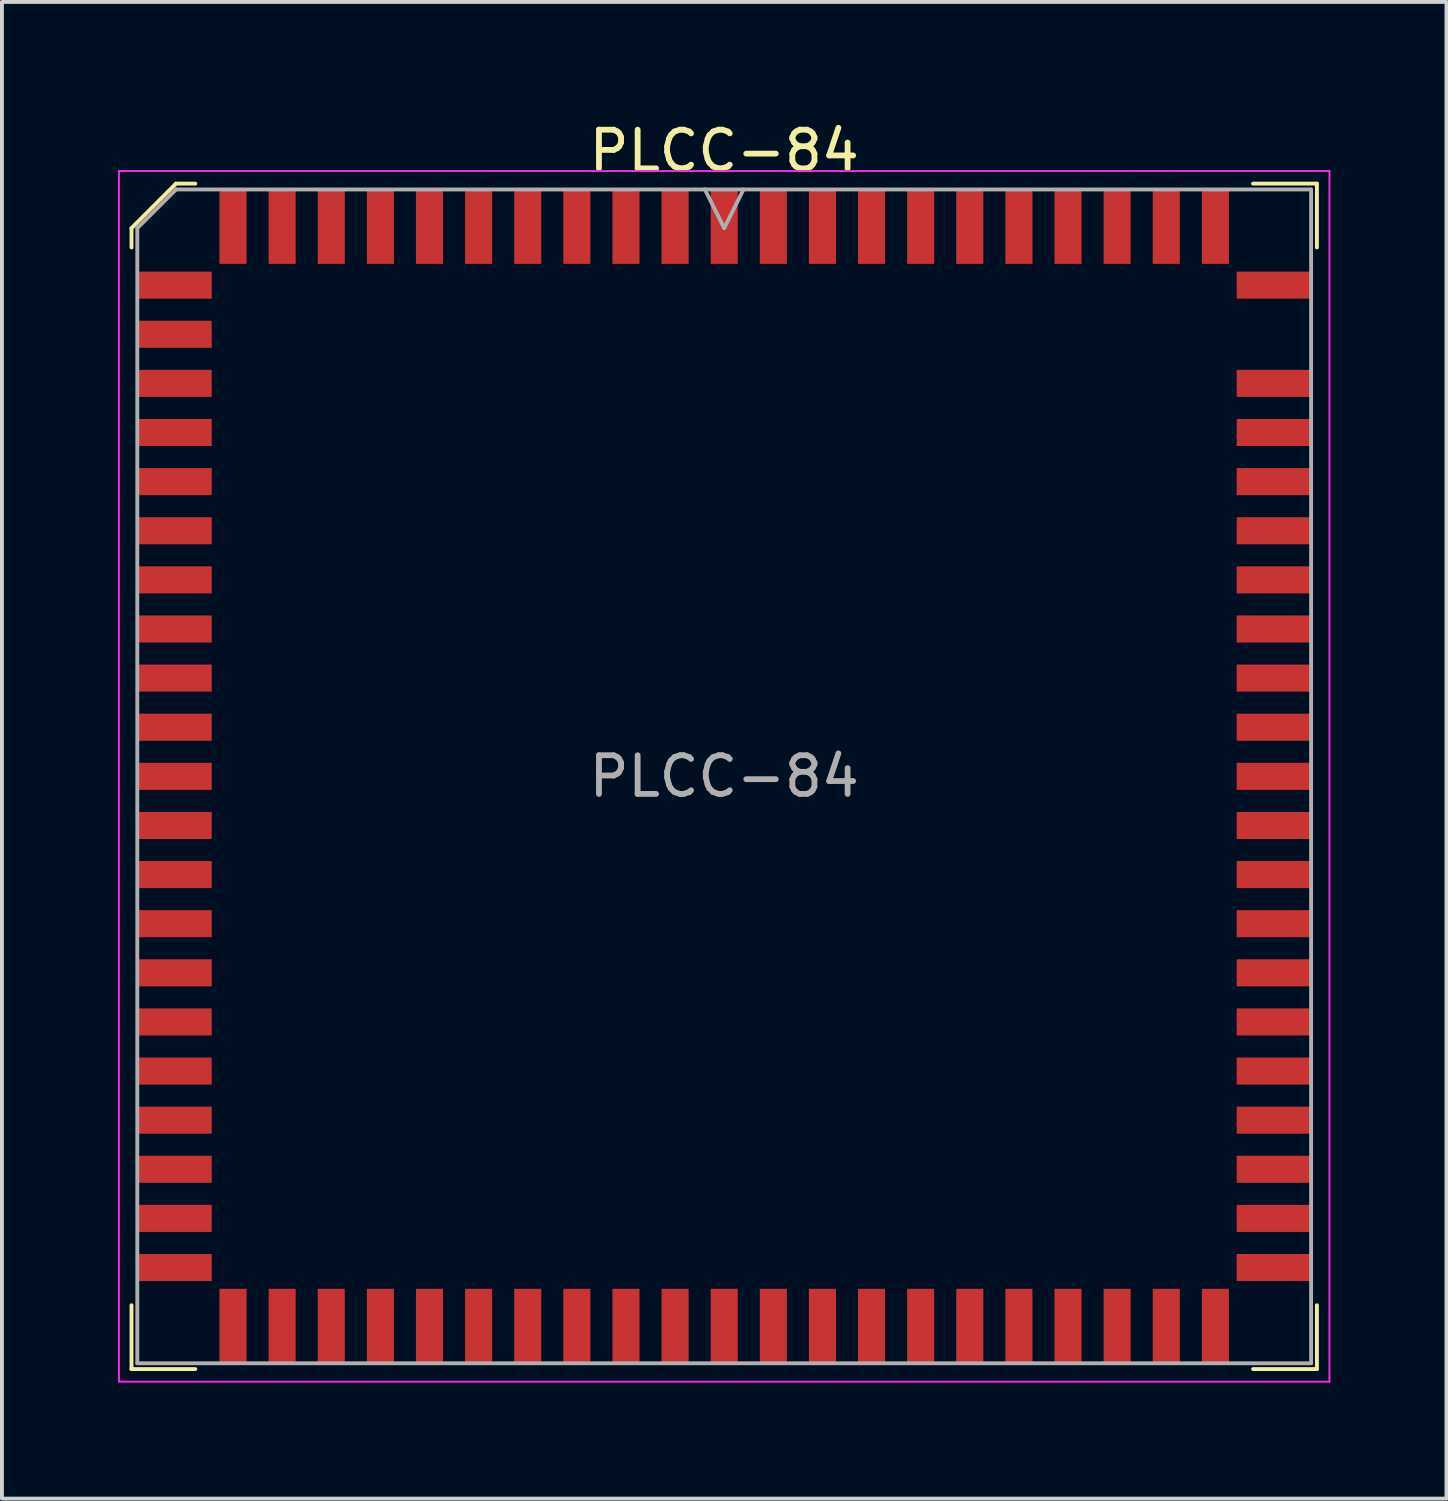
<source format=kicad_pcb>
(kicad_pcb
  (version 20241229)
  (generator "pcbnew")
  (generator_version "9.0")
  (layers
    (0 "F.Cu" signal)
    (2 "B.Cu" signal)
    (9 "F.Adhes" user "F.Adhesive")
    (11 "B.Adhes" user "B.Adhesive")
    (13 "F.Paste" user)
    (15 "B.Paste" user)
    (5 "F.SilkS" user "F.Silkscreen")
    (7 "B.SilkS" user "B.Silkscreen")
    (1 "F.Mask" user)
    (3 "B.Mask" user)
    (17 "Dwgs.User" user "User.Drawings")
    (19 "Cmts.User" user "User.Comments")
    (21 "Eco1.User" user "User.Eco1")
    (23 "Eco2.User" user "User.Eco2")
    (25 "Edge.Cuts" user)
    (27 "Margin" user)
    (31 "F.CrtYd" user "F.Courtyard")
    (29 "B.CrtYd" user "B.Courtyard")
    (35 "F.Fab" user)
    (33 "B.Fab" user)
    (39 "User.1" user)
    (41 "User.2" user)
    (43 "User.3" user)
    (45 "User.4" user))
  (footprint "PLCC-84"
    (layer "F.Cu")
    (at 15.675 17.023)
    (property "Reference" "PLCC-84" (at 0 -16.175 0) (layer "F.SilkS") (effects (font (size 1 1) (thickness 0.15))))
    (attr smd)
    (fp_line (start -15.325 -14.175) (end -15.325 -13.675) (stroke (width 0.1) (type solid)) (layer "F.SilkS"))
    (fp_line (start -15.325 15.325) (end -15.325 13.675) (stroke (width 0.1) (type solid)) (layer "F.SilkS"))
    (fp_line (start -14.175 -15.325) (end -15.325 -14.175) (stroke (width 0.1) (type solid)) (layer "F.SilkS"))
    (fp_line (start -13.675 -15.325) (end -14.175 -15.325) (stroke (width 0.1) (type solid)) (layer "F.SilkS"))
    (fp_line (start -13.675 15.325) (end -15.325 15.325) (stroke (width 0.1) (type solid)) (layer "F.SilkS"))
    (fp_line (start 13.675 -15.325) (end 15.325 -15.325) (stroke (width 0.1) (type solid)) (layer "F.SilkS"))
    (fp_line (start 13.675 15.325) (end 15.325 15.325) (stroke (width 0.1) (type solid)) (layer "F.SilkS"))
    (fp_line (start 15.325 -15.325) (end 15.325 -13.675) (stroke (width 0.1) (type solid)) (layer "F.SilkS"))
    (fp_line (start 15.325 15.325) (end 15.325 13.675) (stroke (width 0.1) (type solid)) (layer "F.SilkS"))
    (fp_line (start -15.65 -15.65) (end -15.65 15.65) (stroke (width 0.05) (type solid)) (layer "F.CrtYd"))
    (fp_line (start -15.65 15.65) (end 15.65 15.65) (stroke (width 0.05) (type solid)) (layer "F.CrtYd"))
    (fp_line (start 15.65 -15.65) (end -15.65 -15.65) (stroke (width 0.05) (type solid)) (layer "F.CrtYd"))
    (fp_line (start 15.65 15.65) (end 15.65 -15.65) (stroke (width 0.05) (type solid)) (layer "F.CrtYd"))
    (fp_line (start -15.175 -14.175) (end -15.175 15.175) (stroke (width 0.1) (type solid)) (layer "F.Fab"))
    (fp_line (start -15.175 15.175) (end 15.175 15.175) (stroke (width 0.1) (type solid)) (layer "F.Fab"))
    (fp_line (start -14.175 -15.175) (end -15.175 -14.175) (stroke (width 0.1) (type solid)) (layer "F.Fab"))
    (fp_line (start -0.5 -15.175) (end 0 -14.175) (stroke (width 0.1) (type solid)) (layer "F.Fab"))
    (fp_line (start 0 -14.175) (end 0.5 -15.175) (stroke (width 0.1) (type solid)) (layer "F.Fab"))
    (fp_line (start 15.175 -15.175) (end -14.175 -15.175) (stroke (width 0.1) (type solid)) (layer "F.Fab"))
    (fp_line (start 15.175 15.175) (end 15.175 -15.175) (stroke (width 0.1) (type solid)) (layer "F.Fab"))
    (fp_text user "${REFERENCE}" (at 0 0 0) (layer "F.Fab") (effects (font (size 1 1) (thickness 0.15))))
    (pad "1" smd rect (at 0 -14.213) (size 0.7 1.925) (layers "F.Cu" "F.Mask" "F.Paste"))
    (pad "2" smd rect (at -1.27 -14.213) (size 0.7 1.925) (layers "F.Cu" "F.Mask" "F.Paste"))
    (pad "3" smd rect (at -2.54 -14.213) (size 0.7 1.925) (layers "F.Cu" "F.Mask" "F.Paste"))
    (pad "4" smd rect (at -3.81 -14.213) (size 0.7 1.925) (layers "F.Cu" "F.Mask" "F.Paste"))
    (pad "5" smd rect (at -5.08 -14.213) (size 0.7 1.925) (layers "F.Cu" "F.Mask" "F.Paste"))
    (pad "6" smd rect (at -6.35 -14.213) (size 0.7 1.925) (layers "F.Cu" "F.Mask" "F.Paste"))
    (pad "7" smd rect (at -7.62 -14.213) (size 0.7 1.925) (layers "F.Cu" "F.Mask" "F.Paste"))
    (pad "8" smd rect (at -8.89 -14.213) (size 0.7 1.925) (layers "F.Cu" "F.Mask" "F.Paste"))
    (pad "9" smd rect (at -10.16 -14.213) (size 0.7 1.925) (layers "F.Cu" "F.Mask" "F.Paste"))
    (pad "10" smd rect (at -11.43 -14.213) (size 0.7 1.925) (layers "F.Cu" "F.Mask" "F.Paste"))
    (pad "11" smd rect (at -12.7 -14.213) (size 0.7 1.925) (layers "F.Cu" "F.Mask" "F.Paste"))
    (pad "12" smd rect (at -14.213 -12.7) (size 1.925 0.7) (layers "F.Cu" "F.Mask" "F.Paste"))
    (pad "13" smd rect (at -14.213 -11.43) (size 1.925 0.7) (layers "F.Cu" "F.Mask" "F.Paste"))
    (pad "14" smd rect (at -14.213 -10.16) (size 1.925 0.7) (layers "F.Cu" "F.Mask" "F.Paste"))
    (pad "15" smd rect (at -14.213 -8.89) (size 1.925 0.7) (layers "F.Cu" "F.Mask" "F.Paste"))
    (pad "16" smd rect (at -14.213 -7.62) (size 1.925 0.7) (layers "F.Cu" "F.Mask" "F.Paste"))
    (pad "17" smd rect (at -14.213 -6.35) (size 1.925 0.7) (layers "F.Cu" "F.Mask" "F.Paste"))
    (pad "18" smd rect (at -14.213 -5.08) (size 1.925 0.7) (layers "F.Cu" "F.Mask" "F.Paste"))
    (pad "19" smd rect (at -14.213 -3.81) (size 1.925 0.7) (layers "F.Cu" "F.Mask" "F.Paste"))
    (pad "20" smd rect (at -14.213 -2.54) (size 1.925 0.7) (layers "F.Cu" "F.Mask" "F.Paste"))
    (pad "21" smd rect (at -14.213 -1.27) (size 1.925 0.7) (layers "F.Cu" "F.Mask" "F.Paste"))
    (pad "22" smd rect (at -14.213 0) (size 1.925 0.7) (layers "F.Cu" "F.Mask" "F.Paste"))
    (pad "23" smd rect (at -14.213 1.27) (size 1.925 0.7) (layers "F.Cu" "F.Mask" "F.Paste"))
    (pad "24" smd rect (at -14.213 2.54) (size 1.925 0.7) (layers "F.Cu" "F.Mask" "F.Paste"))
    (pad "25" smd rect (at -14.213 3.81) (size 1.925 0.7) (layers "F.Cu" "F.Mask" "F.Paste"))
    (pad "26" smd rect (at -14.213 5.08) (size 1.925 0.7) (layers "F.Cu" "F.Mask" "F.Paste"))
    (pad "27" smd rect (at -14.213 6.35) (size 1.925 0.7) (layers "F.Cu" "F.Mask" "F.Paste"))
    (pad "28" smd rect (at -14.213 7.62) (size 1.925 0.7) (layers "F.Cu" "F.Mask" "F.Paste"))
    (pad "29" smd rect (at -14.213 8.89) (size 1.925 0.7) (layers "F.Cu" "F.Mask" "F.Paste"))
    (pad "30" smd rect (at -14.213 10.16) (size 1.925 0.7) (layers "F.Cu" "F.Mask" "F.Paste"))
    (pad "31" smd rect (at -14.213 11.43) (size 1.925 0.7) (layers "F.Cu" "F.Mask" "F.Paste"))
    (pad "32" smd rect (at -14.213 12.7) (size 1.925 0.7) (layers "F.Cu" "F.Mask" "F.Paste"))
    (pad "33" smd rect (at -12.7 14.213) (size 0.7 1.925) (layers "F.Cu" "F.Mask" "F.Paste"))
    (pad "34" smd rect (at -11.43 14.213) (size 0.7 1.925) (layers "F.Cu" "F.Mask" "F.Paste"))
    (pad "35" smd rect (at -10.16 14.213) (size 0.7 1.925) (layers "F.Cu" "F.Mask" "F.Paste"))
    (pad "36" smd rect (at -8.89 14.213) (size 0.7 1.925) (layers "F.Cu" "F.Mask" "F.Paste"))
    (pad "37" smd rect (at -7.62 14.213) (size 0.7 1.925) (layers "F.Cu" "F.Mask" "F.Paste"))
    (pad "38" smd rect (at -6.35 14.213) (size 0.7 1.925) (layers "F.Cu" "F.Mask" "F.Paste"))
    (pad "39" smd rect (at -5.08 14.213) (size 0.7 1.925) (layers "F.Cu" "F.Mask" "F.Paste"))
    (pad "40" smd rect (at -3.81 14.213) (size 0.7 1.925) (layers "F.Cu" "F.Mask" "F.Paste"))
    (pad "41" smd rect (at -2.54 14.213) (size 0.7 1.925) (layers "F.Cu" "F.Mask" "F.Paste"))
    (pad "42" smd rect (at -1.27 14.213) (size 0.7 1.925) (layers "F.Cu" "F.Mask" "F.Paste"))
    (pad "43" smd rect (at 0 14.213) (size 0.7 1.925) (layers "F.Cu" "F.Mask" "F.Paste"))
    (pad "44" smd rect (at 1.27 14.213) (size 0.7 1.925) (layers "F.Cu" "F.Mask" "F.Paste"))
    (pad "45" smd rect (at 2.54 14.213) (size 0.7 1.925) (layers "F.Cu" "F.Mask" "F.Paste"))
    (pad "46" smd rect (at 3.81 14.213) (size 0.7 1.925) (layers "F.Cu" "F.Mask" "F.Paste"))
    (pad "47" smd rect (at 5.08 14.213) (size 0.7 1.925) (layers "F.Cu" "F.Mask" "F.Paste"))
    (pad "48" smd rect (at 6.35 14.213) (size 0.7 1.925) (layers "F.Cu" "F.Mask" "F.Paste"))
    (pad "49" smd rect (at 7.62 14.213) (size 0.7 1.925) (layers "F.Cu" "F.Mask" "F.Paste"))
    (pad "50" smd rect (at 8.89 14.213) (size 0.7 1.925) (layers "F.Cu" "F.Mask" "F.Paste"))
    (pad "51" smd rect (at 10.16 14.213) (size 0.7 1.925) (layers "F.Cu" "F.Mask" "F.Paste"))
    (pad "52" smd rect (at 11.43 14.213) (size 0.7 1.925) (layers "F.Cu" "F.Mask" "F.Paste"))
    (pad "53" smd rect (at 12.7 14.213) (size 0.7 1.925) (layers "F.Cu" "F.Mask" "F.Paste"))
    (pad "54" smd rect (at 14.213 12.7) (size 1.925 0.7) (layers "F.Cu" "F.Mask" "F.Paste"))
    (pad "55" smd rect (at 14.213 11.43) (size 1.925 0.7) (layers "F.Cu" "F.Mask" "F.Paste"))
    (pad "56" smd rect (at 14.213 10.16) (size 1.925 0.7) (layers "F.Cu" "F.Mask" "F.Paste"))
    (pad "57" smd rect (at 14.213 8.89) (size 1.925 0.7) (layers "F.Cu" "F.Mask" "F.Paste"))
    (pad "58" smd rect (at 14.213 7.62) (size 1.925 0.7) (layers "F.Cu" "F.Mask" "F.Paste"))
    (pad "59" smd rect (at 14.213 6.35) (size 1.925 0.7) (layers "F.Cu" "F.Mask" "F.Paste"))
    (pad "60" smd rect (at 14.213 5.08) (size 1.925 0.7) (layers "F.Cu" "F.Mask" "F.Paste"))
    (pad "61" smd rect (at 14.213 3.81) (size 1.925 0.7) (layers "F.Cu" "F.Mask" "F.Paste"))
    (pad "62" smd rect (at 14.213 2.54) (size 1.925 0.7) (layers "F.Cu" "F.Mask" "F.Paste"))
    (pad "63" smd rect (at 14.213 1.27) (size 1.925 0.7) (layers "F.Cu" "F.Mask" "F.Paste"))
    (pad "64" smd rect (at 14.213 0) (size 1.925 0.7) (layers "F.Cu" "F.Mask" "F.Paste"))
    (pad "65" smd rect (at 14.213 -1.27) (size 1.925 0.7) (layers "F.Cu" "F.Mask" "F.Paste"))
    (pad "66" smd rect (at 14.213 -2.54) (size 1.925 0.7) (layers "F.Cu" "F.Mask" "F.Paste"))
    (pad "67" smd rect (at 14.213 -3.81) (size 1.925 0.7) (layers "F.Cu" "F.Mask" "F.Paste"))
    (pad "68" smd rect (at 14.213 -5.08) (size 1.925 0.7) (layers "F.Cu" "F.Mask" "F.Paste"))
    (pad "69" smd rect (at 14.213 -6.35) (size 1.925 0.7) (layers "F.Cu" "F.Mask" "F.Paste"))
    (pad "70" smd rect (at 14.213 -7.62) (size 1.925 0.7) (layers "F.Cu" "F.Mask" "F.Paste"))
    (pad "71" smd rect (at 14.213 -8.89) (size 1.925 0.7) (layers "F.Cu" "F.Mask" "F.Paste"))
    (pad "72" smd rect (at 14.213 -10.16) (size 1.925 0.7) (layers "F.Cu" "F.Mask" "F.Paste"))
    (pad "74" smd rect (at 14.213 -12.7) (size 1.925 0.7) (layers "F.Cu" "F.Mask" "F.Paste"))
    (pad "75" smd rect (at 12.7 -14.213) (size 0.7 1.925) (layers "F.Cu" "F.Mask" "F.Paste"))
    (pad "76" smd rect (at 11.43 -14.213) (size 0.7 1.925) (layers "F.Cu" "F.Mask" "F.Paste"))
    (pad "77" smd rect (at 10.16 -14.213) (size 0.7 1.925) (layers "F.Cu" "F.Mask" "F.Paste"))
    (pad "78" smd rect (at 8.89 -14.213) (size 0.7 1.925) (layers "F.Cu" "F.Mask" "F.Paste"))
    (pad "79" smd rect (at 7.62 -14.213) (size 0.7 1.925) (layers "F.Cu" "F.Mask" "F.Paste"))
    (pad "80" smd rect (at 6.35 -14.213) (size 0.7 1.925) (layers "F.Cu" "F.Mask" "F.Paste"))
    (pad "81" smd rect (at 5.08 -14.213) (size 0.7 1.925) (layers "F.Cu" "F.Mask" "F.Paste"))
    (pad "82" smd rect (at 3.81 -14.213) (size 0.7 1.925) (layers "F.Cu" "F.Mask" "F.Paste"))
    (pad "83" smd rect (at 2.54 -14.213) (size 0.7 1.925) (layers "F.Cu" "F.Mask" "F.Paste"))
    (pad "84" smd rect (at 1.27 -14.213) (size 0.7 1.925) (layers "F.Cu" "F.Mask" "F.Paste")))
  (gr_rect
    (start -3 -3)
    (end 34.35 35.698)
    (stroke (width 0.1) (type default))
    (fill no)
    (layer "Edge.Cuts")))
</source>
